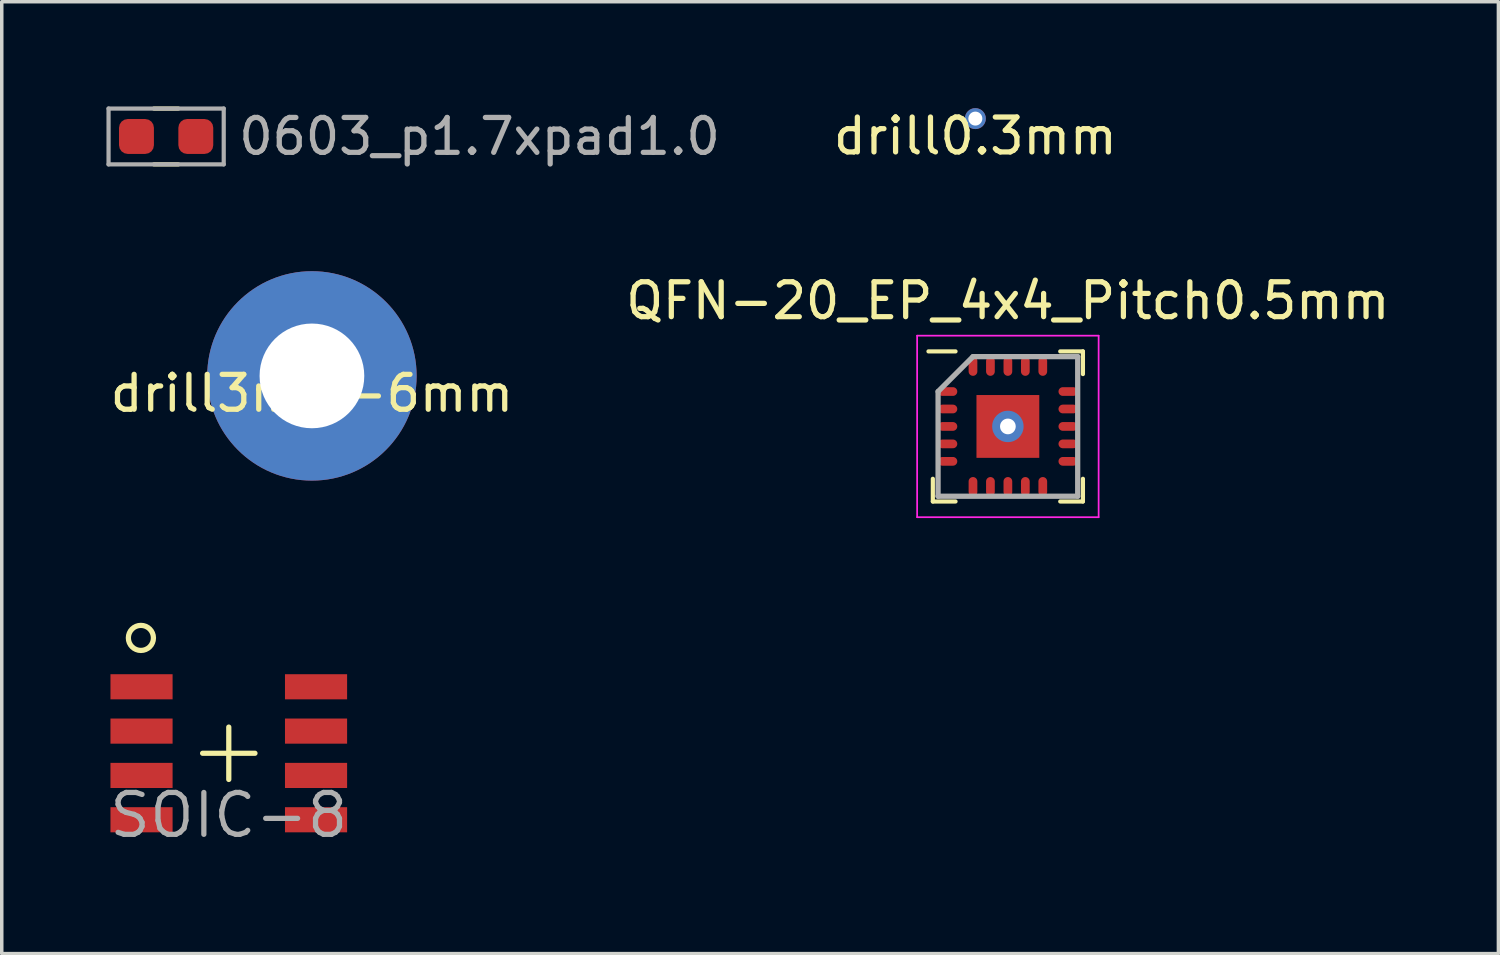
<source format=kicad_pcb>
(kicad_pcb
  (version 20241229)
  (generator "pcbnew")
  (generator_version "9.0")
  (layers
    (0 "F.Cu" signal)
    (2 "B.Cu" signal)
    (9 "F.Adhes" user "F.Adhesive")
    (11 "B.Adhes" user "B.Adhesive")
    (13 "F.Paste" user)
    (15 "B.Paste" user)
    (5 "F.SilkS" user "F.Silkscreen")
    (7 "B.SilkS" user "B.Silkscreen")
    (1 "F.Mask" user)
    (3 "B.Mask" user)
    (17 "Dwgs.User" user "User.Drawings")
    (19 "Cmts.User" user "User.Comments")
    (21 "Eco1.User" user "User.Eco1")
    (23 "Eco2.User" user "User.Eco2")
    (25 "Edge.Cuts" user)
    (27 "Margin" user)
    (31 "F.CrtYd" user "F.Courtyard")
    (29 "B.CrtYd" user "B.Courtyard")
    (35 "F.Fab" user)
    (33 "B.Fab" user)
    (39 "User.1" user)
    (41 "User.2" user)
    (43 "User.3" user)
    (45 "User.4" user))
  (footprint "drill0.3mm"
    (layer "F.Cu")
    (at 24.895 0.348)
    (property "Reference" "drill0.3mm" (at 0 0.5 0) (layer "F.SilkS") (effects (font (size 1 1) (thickness 0.15))))
    (attr through_hole)
    (pad "1" thru_hole circle (at 0 0) (size 0.6 0.6) (drill 0.4) (layers "*.Cu" "*.Mask")))
  (footprint "SOIC-8"
    (layer "F.Cu")
    (at 3.527 18.529)
    (property "Reference" "SOIC-8" (at -0.022 1.778 180) (layer "F.Fab") (effects (font (size 1.2 1.2) (thickness 0.15))))
    (attr through_hole)
    (fp_line (start -0.772 0.003) (end 0.728 0.003) (stroke (width 0.15) (type solid)) (layer "F.SilkS"))
    (fp_line (start -0.022 0.753) (end -0.022 -0.747) (stroke (width 0.15) (type solid)) (layer "F.SilkS"))
    (fp_circle (center -2.54 -3.302) (end -2.794 -3.556) (stroke (width 0.15) (type solid)) (fill no) (layer "F.SilkS"))
    (pad "1" smd rect (at -2.522 -1.902 90) (size 0.72 1.78) (layers "F.Cu" "F.Mask" "F.Paste"))
    (pad "2" smd rect (at -2.522 -0.632 90) (size 0.72 1.78) (layers "F.Cu" "F.Mask" "F.Paste"))
    (pad "3" smd rect (at -2.522 0.638 90) (size 0.72 1.78) (layers "F.Cu" "F.Mask" "F.Paste"))
    (pad "4" smd rect (at -2.522 1.908 90) (size 0.72 1.78) (layers "F.Cu" "F.Mask" "F.Paste"))
    (pad "5" smd rect (at 2.478 1.908 90) (size 0.72 1.78) (layers "F.Cu" "F.Mask" "F.Paste"))
    (pad "6" smd rect (at 2.478 0.638 90) (size 0.72 1.78) (layers "F.Cu" "F.Mask" "F.Paste"))
    (pad "7" smd rect (at 2.478 -0.632 90) (size 0.72 1.78) (layers "F.Cu" "F.Mask" "F.Paste"))
    (pad "8" smd rect (at 2.478 -1.902 90) (size 0.72 1.78) (layers "F.Cu" "F.Mask" "F.Paste")))
  (footprint "QFN-20_EP_4x4_Pitch0.5mm"
    (layer "F.Cu")
    (at 25.827 9.168)
    (property "Reference" "QFN-20_EP_4x4_Pitch0.5mm" (at 0 -3.6 0) (layer "F.SilkS") (effects (font (size 1 1) (thickness 0.15))))
    (attr through_hole)
    (fp_line (start -2.15 2.15) (end -2.15 1.5) (stroke (width 0.12) (type solid)) (layer "F.SilkS"))
    (fp_line (start -1.5 -2.15) (end -2.275 -2.15) (stroke (width 0.12) (type solid)) (layer "F.SilkS"))
    (fp_line (start -1.5 2.15) (end -2.15 2.15) (stroke (width 0.12) (type solid)) (layer "F.SilkS"))
    (fp_line (start 1.5 -2.15) (end 2.15 -2.15) (stroke (width 0.12) (type solid)) (layer "F.SilkS"))
    (fp_line (start 1.5 2.15) (end 2.15 2.15) (stroke (width 0.12) (type solid)) (layer "F.SilkS"))
    (fp_line (start 2.15 -2.15) (end 2.15 -1.5) (stroke (width 0.12) (type solid)) (layer "F.SilkS"))
    (fp_line (start 2.15 2.15) (end 2.15 1.5) (stroke (width 0.12) (type solid)) (layer "F.SilkS"))
    (fp_line (start -2.6 -2.6) (end 2.6 -2.6) (stroke (width 0.05) (type solid)) (layer "F.CrtYd"))
    (fp_line (start -2.6 2.6) (end -2.6 -2.6) (stroke (width 0.05) (type solid)) (layer "F.CrtYd"))
    (fp_line (start 2.6 -2.6) (end 2.6 2.6) (stroke (width 0.05) (type solid)) (layer "F.CrtYd"))
    (fp_line (start 2.6 2.6) (end -2.6 2.6) (stroke (width 0.05) (type solid)) (layer "F.CrtYd"))
    (fp_line (start -2 -1) (end -2 2) (stroke (width 0.15) (type solid)) (layer "F.Fab"))
    (fp_line (start -2 2) (end 2 2) (stroke (width 0.15) (type solid)) (layer "F.Fab"))
    (fp_line (start -1 -2) (end -2 -1) (stroke (width 0.15) (type solid)) (layer "F.Fab"))
    (fp_line (start 2 -2) (end -1 -2) (stroke (width 0.15) (type solid)) (layer "F.Fab"))
    (fp_line (start 2 2) (end 2 -2) (stroke (width 0.15) (type solid)) (layer "F.Fab"))
    (pad "1" smd oval (at -1.725 -1 90) (size 0.25 0.55) (layers "F.Cu" "F.Mask" "F.Paste"))
    (pad "2" smd oval (at -1.725 -0.5 90) (size 0.25 0.55) (layers "F.Cu" "F.Mask" "F.Paste"))
    (pad "3" smd oval (at -1.725 0 90) (size 0.25 0.55) (layers "F.Cu" "F.Mask" "F.Paste"))
    (pad "4" smd oval (at -1.725 0.5 90) (size 0.25 0.55) (layers "F.Cu" "F.Mask" "F.Paste"))
    (pad "5" smd oval (at -1.725 1 90) (size 0.25 0.55) (layers "F.Cu" "F.Mask" "F.Paste"))
    (pad "6" smd oval (at -1 1.725) (size 0.25 0.55) (layers "F.Cu" "F.Mask" "F.Paste"))
    (pad "7" smd oval (at -0.5 1.725) (size 0.25 0.55) (layers "F.Cu" "F.Mask" "F.Paste"))
    (pad "8" smd oval (at 0 1.725) (size 0.25 0.55) (layers "F.Cu" "F.Mask" "F.Paste"))
    (pad "9" smd oval (at 0.5 1.725) (size 0.25 0.55) (layers "F.Cu" "F.Mask" "F.Paste"))
    (pad "10" smd oval (at 1 1.725) (size 0.25 0.55) (layers "F.Cu" "F.Mask" "F.Paste"))
    (pad "11" smd oval (at 1.725 1 90) (size 0.25 0.55) (layers "F.Cu" "F.Mask" "F.Paste"))
    (pad "12" smd oval (at 1.725 0.5 90) (size 0.25 0.55) (layers "F.Cu" "F.Mask" "F.Paste"))
    (pad "13" smd oval (at 1.725 0 90) (size 0.25 0.55) (layers "F.Cu" "F.Mask" "F.Paste"))
    (pad "14" smd oval (at 1.725 -0.5 90) (size 0.25 0.55) (layers "F.Cu" "F.Mask" "F.Paste"))
    (pad "15" smd oval (at 1.725 -1 90) (size 0.25 0.55) (layers "F.Cu" "F.Mask" "F.Paste"))
    (pad "16" smd oval (at 1 -1.725) (size 0.25 0.55) (layers "F.Cu" "F.Mask" "F.Paste"))
    (pad "17" smd oval (at 0.5 -1.725) (size 0.25 0.55) (layers "F.Cu" "F.Mask" "F.Paste"))
    (pad "18" smd oval (at 0 -1.725) (size 0.25 0.55) (layers "F.Cu" "F.Mask" "F.Paste"))
    (pad "19" smd oval (at -0.5 -1.725) (size 0.25 0.55) (layers "F.Cu" "F.Mask" "F.Paste"))
    (pad "20" smd oval (at -1 -1.725) (size 0.25 0.55) (layers "F.Cu" "F.Mask" "F.Paste"))
    (pad "21" thru_hole circle (at 0 0) (size 0.9 0.9) (drill 0.45) (layers "*.Cu" "*.Mask"))
    (pad "21" smd rect (at 0 0) (size 1.8 1.8) (layers "F.Cu" "F.Mask" "F.Paste")))
  (footprint "drill3mm-6mm"
    (layer "F.Cu")
    (at 5.887 7.72)
    (property "Reference" "drill3mm-6mm" (at 0 0.5 0) (layer "F.SilkS") (effects (font (size 1 1) (thickness 0.15))))
    (attr through_hole)
    (pad "1" thru_hole circle (at 0 0) (size 6 6) (drill 3) (layers "*.Cu" "*.Mask")))
  (footprint "0603_p1.7xpad1.0"
    (layer "F.Cu")
    (at 1.71 0.86)
    (property "Reference" "0603_p1.7xpad1.0" (at 2 0 0) (layer "F.Fab") (effects (font (size 1 1) (thickness 0.15)) (justify left)))
    (attr through_hole)
    (fp_line (start -0.35 -0.8) (end 0.35 -0.8) (stroke (width 0.12) (type solid)) (layer "F.SilkS"))
    (fp_line (start -0.35 0.8) (end 0.35 0.8) (stroke (width 0.12) (type solid)) (layer "F.SilkS"))
    (fp_line (start -1.65 -0.8) (end -1.65 0.8) (stroke (width 0.12) (type solid)) (layer "F.Fab"))
    (fp_line (start -1.65 -0.8) (end 1.65 -0.8) (stroke (width 0.12) (type solid)) (layer "F.Fab"))
    (fp_line (start 1.65 -0.8) (end 1.65 0.8) (stroke (width 0.12) (type solid)) (layer "F.Fab"))
    (fp_line (start 1.65 0.8) (end -1.65 0.8) (stroke (width 0.12) (type solid)) (layer "F.Fab"))
    (pad "1" smd roundrect (at -0.85 0) (size 1 1) (layers "F.Cu" "F.Mask" "F.Paste") (roundrect_rratio 0.25))
    (pad "2" smd roundrect (at 0.85 0) (size 1 1) (layers "F.Cu" "F.Mask" "F.Paste") (roundrect_rratio 0.25)))
  (gr_rect
    (start -3 -3)
    (end 39.881 24.273)
    (stroke (width 0.1) (type default))
    (fill no)
    (layer "Edge.Cuts")))
</source>
